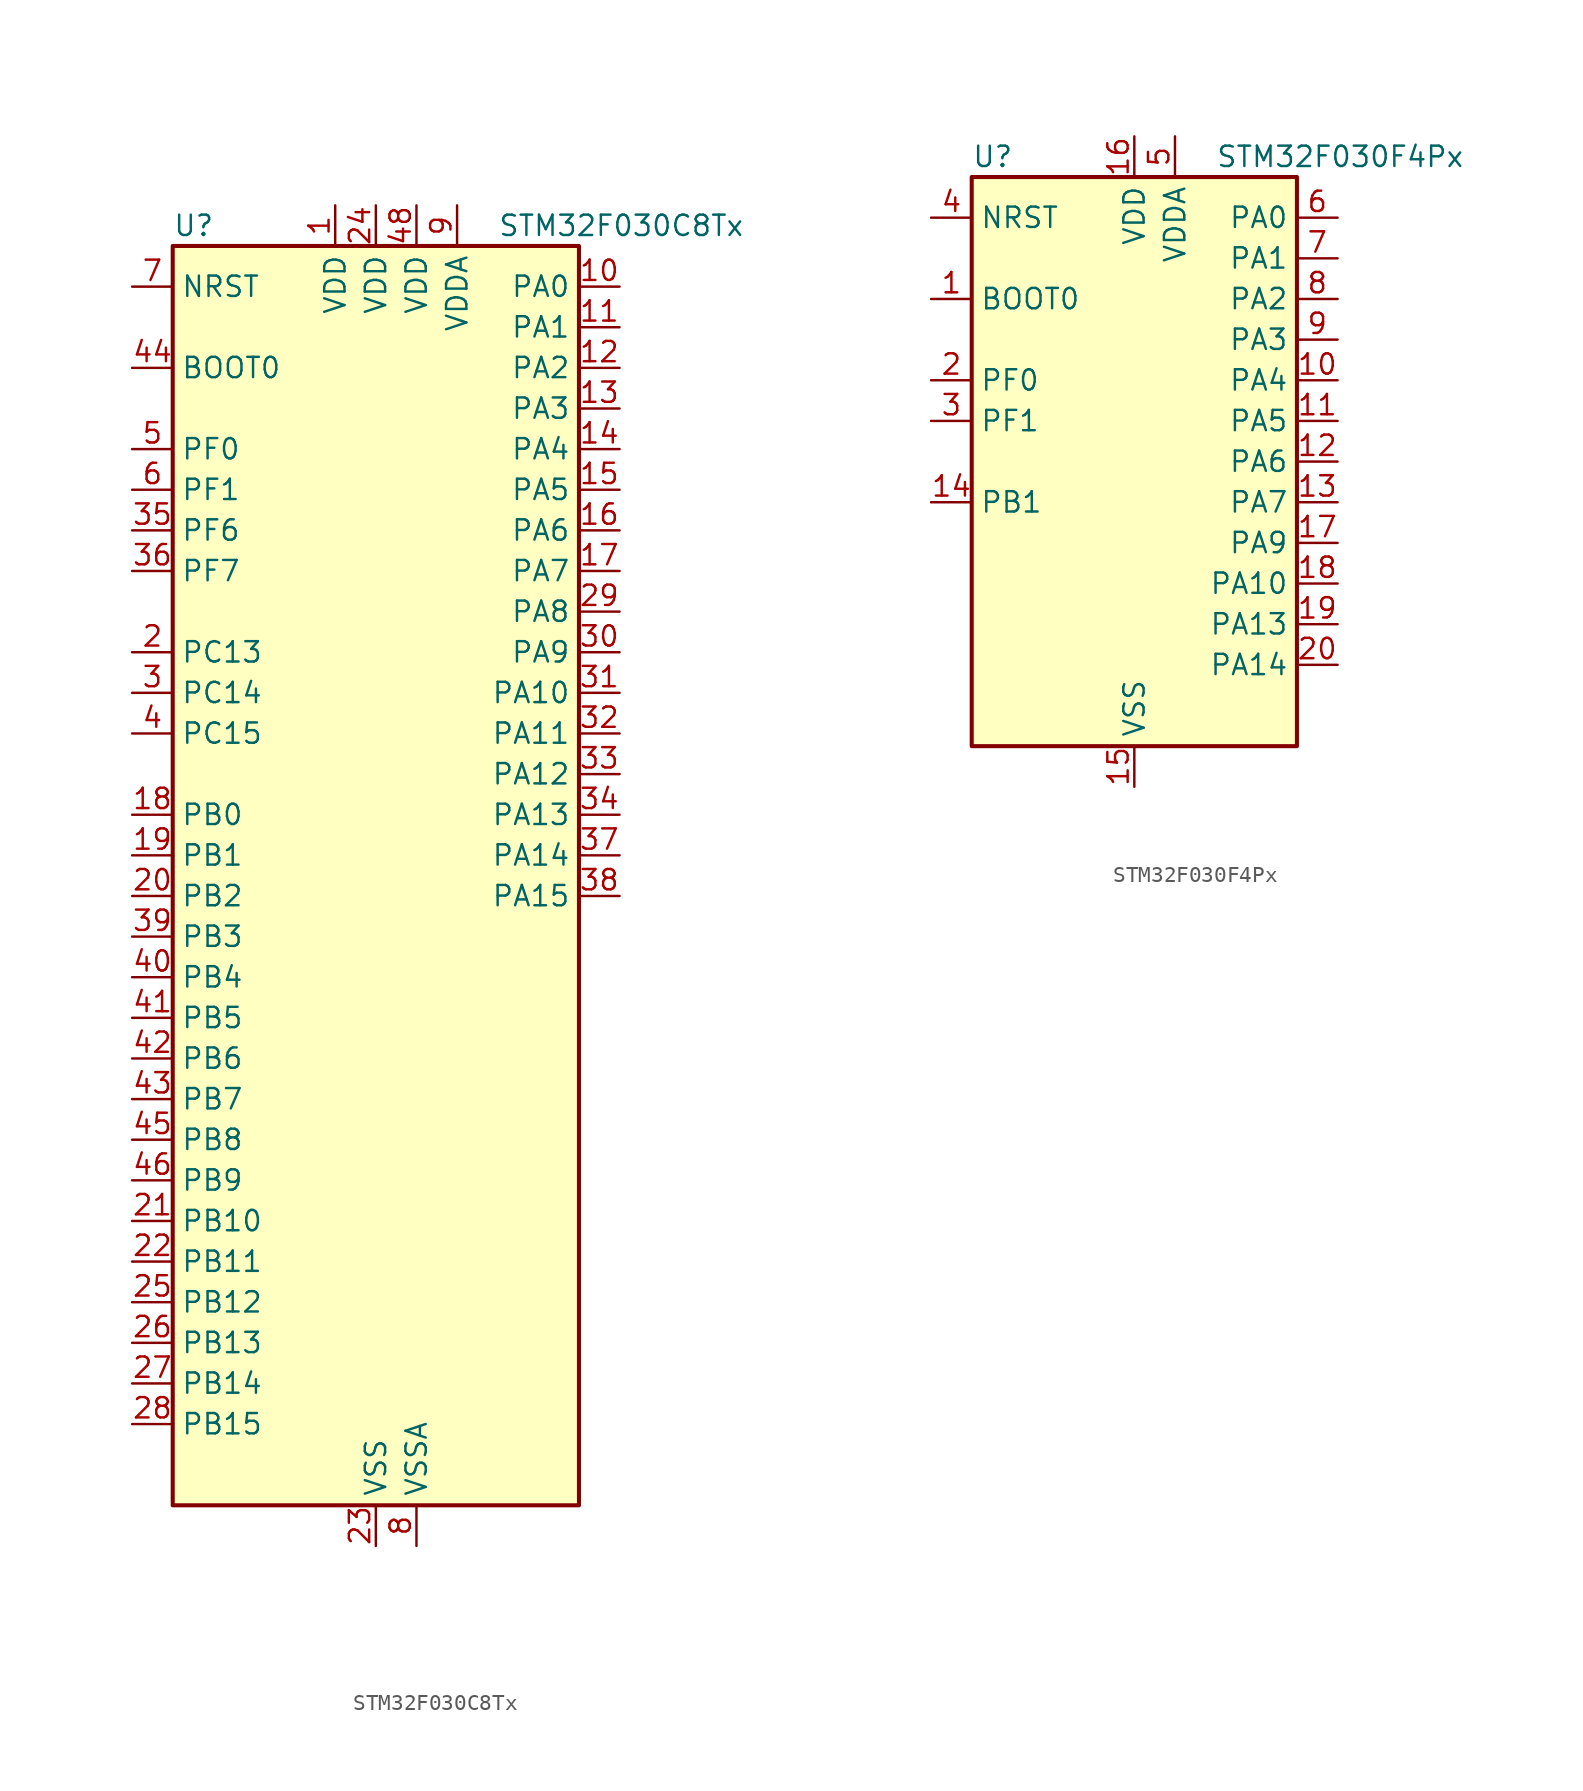
<source format=kicad_sym>
(kicad_symbol_lib
  (version 20220914)
  (generator kicad_symbol_editor)
  (symbol "STM32F030C8Tx"
    (property "Reference" "U"
      (at -12.7 41.91 0)
      (effects (font (size 1.27 1.27)) (justify left)))
    (property "Value" "STM32F030C8Tx"
      (at 7.62 41.91 0)
      (effects (font (size 1.27 1.27)) (justify left)))
    (property "ki_locked" ""
      (at 0 0 0)
      (effects (font (size 1.27 1.27))))
    (symbol "STM32F030C8Tx_0_1"
      (rectangle (start -12.7 -38.1) (end 12.7 40.64) (stroke (width 0.254) (type default)) (fill (type background))))
    (symbol "STM32F030C8Tx_1_1"
      (pin power_in line (at -2.54 43.18 270) (length 2.54) (name "VDD" (effects (font (size 1.27 1.27)))) (number "1" (effects (font (size 1.27 1.27)))))
      (pin bidirectional line (at 15.24 38.1 180) (length 2.54) (name "PA0" (effects (font (size 1.27 1.27)))) (number "10" (effects (font (size 1.27 1.27)))) (alternate "ADC_IN0" bidirectional line) (alternate "RTC_TAMP2" bidirectional line) (alternate "SYS_WKUP1" bidirectional line) (alternate "USART2_CTS" bidirectional line))
      (pin bidirectional line (at 15.24 35.56 180) (length 2.54) (name "PA1" (effects (font (size 1.27 1.27)))) (number "11" (effects (font (size 1.27 1.27)))) (alternate "ADC_IN1" bidirectional line) (alternate "USART2_DE" bidirectional line) (alternate "USART2_RTS" bidirectional line))
      (pin bidirectional line (at 15.24 33.02 180) (length 2.54) (name "PA2" (effects (font (size 1.27 1.27)))) (number "12" (effects (font (size 1.27 1.27)))) (alternate "ADC_IN2" bidirectional line) (alternate "TIM15_CH1" bidirectional line) (alternate "USART2_TX" bidirectional line))
      (pin bidirectional line (at 15.24 30.48 180) (length 2.54) (name "PA3" (effects (font (size 1.27 1.27)))) (number "13" (effects (font (size 1.27 1.27)))) (alternate "ADC_IN3" bidirectional line) (alternate "TIM15_CH2" bidirectional line) (alternate "USART2_RX" bidirectional line))
      (pin bidirectional line (at 15.24 27.94 180) (length 2.54) (name "PA4" (effects (font (size 1.27 1.27)))) (number "14" (effects (font (size 1.27 1.27)))) (alternate "ADC_IN4" bidirectional line) (alternate "SPI1_NSS" bidirectional line) (alternate "TIM14_CH1" bidirectional line) (alternate "USART2_CK" bidirectional line))
      (pin bidirectional line (at 15.24 25.4 180) (length 2.54) (name "PA5" (effects (font (size 1.27 1.27)))) (number "15" (effects (font (size 1.27 1.27)))) (alternate "ADC_IN5" bidirectional line) (alternate "SPI1_SCK" bidirectional line))
      (pin bidirectional line (at 15.24 22.86 180) (length 2.54) (name "PA6" (effects (font (size 1.27 1.27)))) (number "16" (effects (font (size 1.27 1.27)))) (alternate "ADC_IN6" bidirectional line) (alternate "SPI1_MISO" bidirectional line) (alternate "TIM16_CH1" bidirectional line) (alternate "TIM1_BKIN" bidirectional line) (alternate "TIM3_CH1" bidirectional line))
      (pin bidirectional line (at 15.24 20.32 180) (length 2.54) (name "PA7" (effects (font (size 1.27 1.27)))) (number "17" (effects (font (size 1.27 1.27)))) (alternate "ADC_IN7" bidirectional line) (alternate "SPI1_MOSI" bidirectional line) (alternate "TIM14_CH1" bidirectional line) (alternate "TIM17_CH1" bidirectional line) (alternate "TIM1_CH1N" bidirectional line) (alternate "TIM3_CH2" bidirectional line))
      (pin bidirectional line (at -15.24 5.08 0) (length 2.54) (name "PB0" (effects (font (size 1.27 1.27)))) (number "18" (effects (font (size 1.27 1.27)))) (alternate "ADC_IN8" bidirectional line) (alternate "TIM1_CH2N" bidirectional line) (alternate "TIM3_CH3" bidirectional line))
      (pin bidirectional line (at -15.24 2.54 0) (length 2.54) (name "PB1" (effects (font (size 1.27 1.27)))) (number "19" (effects (font (size 1.27 1.27)))) (alternate "ADC_IN9" bidirectional line) (alternate "TIM14_CH1" bidirectional line) (alternate "TIM1_CH3N" bidirectional line) (alternate "TIM3_CH4" bidirectional line))
      (pin bidirectional line (at -15.24 15.24 0) (length 2.54) (name "PC13" (effects (font (size 1.27 1.27)))) (number "2" (effects (font (size 1.27 1.27)))) (alternate "RTC_OUT_ALARM" bidirectional line) (alternate "RTC_OUT_CALIB" bidirectional line) (alternate "RTC_TAMP1" bidirectional line) (alternate "RTC_TS" bidirectional line) (alternate "SYS_WKUP2" bidirectional line))
      (pin bidirectional line (at -15.24 0 0) (length 2.54) (name "PB2" (effects (font (size 1.27 1.27)))) (number "20" (effects (font (size 1.27 1.27)))))
      (pin bidirectional line (at -15.24 -20.32 0) (length 2.54) (name "PB10" (effects (font (size 1.27 1.27)))) (number "21" (effects (font (size 1.27 1.27)))) (alternate "I2C2_SCL" bidirectional line))
      (pin bidirectional line (at -15.24 -22.86 0) (length 2.54) (name "PB11" (effects (font (size 1.27 1.27)))) (number "22" (effects (font (size 1.27 1.27)))) (alternate "I2C2_SDA" bidirectional line))
      (pin power_in line (at 0 -40.64 90) (length 2.54) (name "VSS" (effects (font (size 1.27 1.27)))) (number "23" (effects (font (size 1.27 1.27)))))
      (pin power_in line (at 0 43.18 270) (length 2.54) (name "VDD" (effects (font (size 1.27 1.27)))) (number "24" (effects (font (size 1.27 1.27)))))
      (pin bidirectional line (at -15.24 -25.4 0) (length 2.54) (name "PB12" (effects (font (size 1.27 1.27)))) (number "25" (effects (font (size 1.27 1.27)))) (alternate "SPI2_NSS" bidirectional line) (alternate "TIM1_BKIN" bidirectional line))
      (pin bidirectional line (at -15.24 -27.94 0) (length 2.54) (name "PB13" (effects (font (size 1.27 1.27)))) (number "26" (effects (font (size 1.27 1.27)))) (alternate "SPI2_SCK" bidirectional line) (alternate "TIM1_CH1N" bidirectional line))
      (pin bidirectional line (at -15.24 -30.48 0) (length 2.54) (name "PB14" (effects (font (size 1.27 1.27)))) (number "27" (effects (font (size 1.27 1.27)))) (alternate "SPI2_MISO" bidirectional line) (alternate "TIM15_CH1" bidirectional line) (alternate "TIM1_CH2N" bidirectional line))
      (pin bidirectional line (at -15.24 -33.02 0) (length 2.54) (name "PB15" (effects (font (size 1.27 1.27)))) (number "28" (effects (font (size 1.27 1.27)))) (alternate "RTC_REFIN" bidirectional line) (alternate "SPI2_MOSI" bidirectional line) (alternate "TIM15_CH1N" bidirectional line) (alternate "TIM15_CH2" bidirectional line) (alternate "TIM1_CH3N" bidirectional line))
      (pin bidirectional line (at 15.24 17.78 180) (length 2.54) (name "PA8" (effects (font (size 1.27 1.27)))) (number "29" (effects (font (size 1.27 1.27)))) (alternate "RCC_MCO" bidirectional line) (alternate "TIM1_CH1" bidirectional line) (alternate "USART1_CK" bidirectional line))
      (pin bidirectional line (at -15.24 12.7 0) (length 2.54) (name "PC14" (effects (font (size 1.27 1.27)))) (number "3" (effects (font (size 1.27 1.27)))) (alternate "RCC_OSC32_IN" bidirectional line))
      (pin bidirectional line (at 15.24 15.24 180) (length 2.54) (name "PA9" (effects (font (size 1.27 1.27)))) (number "30" (effects (font (size 1.27 1.27)))) (alternate "TIM15_BKIN" bidirectional line) (alternate "TIM1_CH2" bidirectional line) (alternate "USART1_TX" bidirectional line))
      (pin bidirectional line (at 15.24 12.7 180) (length 2.54) (name "PA10" (effects (font (size 1.27 1.27)))) (number "31" (effects (font (size 1.27 1.27)))) (alternate "TIM17_BKIN" bidirectional line) (alternate "TIM1_CH3" bidirectional line) (alternate "USART1_RX" bidirectional line))
      (pin bidirectional line (at 15.24 10.16 180) (length 2.54) (name "PA11" (effects (font (size 1.27 1.27)))) (number "32" (effects (font (size 1.27 1.27)))) (alternate "TIM1_CH4" bidirectional line) (alternate "USART1_CTS" bidirectional line))
      (pin bidirectional line (at 15.24 7.62 180) (length 2.54) (name "PA12" (effects (font (size 1.27 1.27)))) (number "33" (effects (font (size 1.27 1.27)))) (alternate "TIM1_ETR" bidirectional line) (alternate "USART1_DE" bidirectional line) (alternate "USART1_RTS" bidirectional line))
      (pin bidirectional line (at 15.24 5.08 180) (length 2.54) (name "PA13" (effects (font (size 1.27 1.27)))) (number "34" (effects (font (size 1.27 1.27)))) (alternate "IR_OUT" bidirectional line) (alternate "SYS_SWDIO" bidirectional line))
      (pin bidirectional line (at -15.24 22.86 0) (length 2.54) (name "PF6" (effects (font (size 1.27 1.27)))) (number "35" (effects (font (size 1.27 1.27)))) (alternate "I2C2_SCL" bidirectional line))
      (pin bidirectional line (at -15.24 20.32 0) (length 2.54) (name "PF7" (effects (font (size 1.27 1.27)))) (number "36" (effects (font (size 1.27 1.27)))) (alternate "I2C2_SDA" bidirectional line))
      (pin bidirectional line (at 15.24 2.54 180) (length 2.54) (name "PA14" (effects (font (size 1.27 1.27)))) (number "37" (effects (font (size 1.27 1.27)))) (alternate "SYS_SWCLK" bidirectional line) (alternate "USART2_TX" bidirectional line))
      (pin bidirectional line (at 15.24 0 180) (length 2.54) (name "PA15" (effects (font (size 1.27 1.27)))) (number "38" (effects (font (size 1.27 1.27)))) (alternate "SPI1_NSS" bidirectional line) (alternate "USART2_RX" bidirectional line))
      (pin bidirectional line (at -15.24 -2.54 0) (length 2.54) (name "PB3" (effects (font (size 1.27 1.27)))) (number "39" (effects (font (size 1.27 1.27)))) (alternate "SPI1_SCK" bidirectional line))
      (pin bidirectional line (at -15.24 10.16 0) (length 2.54) (name "PC15" (effects (font (size 1.27 1.27)))) (number "4" (effects (font (size 1.27 1.27)))) (alternate "RCC_OSC32_OUT" bidirectional line))
      (pin bidirectional line (at -15.24 -5.08 0) (length 2.54) (name "PB4" (effects (font (size 1.27 1.27)))) (number "40" (effects (font (size 1.27 1.27)))) (alternate "SPI1_MISO" bidirectional line) (alternate "TIM3_CH1" bidirectional line))
      (pin bidirectional line (at -15.24 -7.62 0) (length 2.54) (name "PB5" (effects (font (size 1.27 1.27)))) (number "41" (effects (font (size 1.27 1.27)))) (alternate "I2C1_SMBA" bidirectional line) (alternate "SPI1_MOSI" bidirectional line) (alternate "TIM16_BKIN" bidirectional line) (alternate "TIM3_CH2" bidirectional line))
      (pin bidirectional line (at -15.24 -10.16 0) (length 2.54) (name "PB6" (effects (font (size 1.27 1.27)))) (number "42" (effects (font (size 1.27 1.27)))) (alternate "I2C1_SCL" bidirectional line) (alternate "TIM16_CH1N" bidirectional line) (alternate "USART1_TX" bidirectional line))
      (pin bidirectional line (at -15.24 -12.7 0) (length 2.54) (name "PB7" (effects (font (size 1.27 1.27)))) (number "43" (effects (font (size 1.27 1.27)))) (alternate "I2C1_SDA" bidirectional line) (alternate "TIM17_CH1N" bidirectional line) (alternate "USART1_RX" bidirectional line))
      (pin input line (at -15.24 33.02 0) (length 2.54) (name "BOOT0" (effects (font (size 1.27 1.27)))) (number "44" (effects (font (size 1.27 1.27)))))
      (pin bidirectional line (at -15.24 -15.24 0) (length 2.54) (name "PB8" (effects (font (size 1.27 1.27)))) (number "45" (effects (font (size 1.27 1.27)))) (alternate "I2C1_SCL" bidirectional line) (alternate "TIM16_CH1" bidirectional line))
      (pin bidirectional line (at -15.24 -17.78 0) (length 2.54) (name "PB9" (effects (font (size 1.27 1.27)))) (number "46" (effects (font (size 1.27 1.27)))) (alternate "I2C1_SDA" bidirectional line) (alternate "IR_OUT" bidirectional line) (alternate "TIM17_CH1" bidirectional line))
      (pin passive line (at 0 -40.64 90) (length 2.54) hide (name "VSS" (effects (font (size 1.27 1.27)))) (number "47" (effects (font (size 1.27 1.27)))))
      (pin power_in line (at 2.54 43.18 270) (length 2.54) (name "VDD" (effects (font (size 1.27 1.27)))) (number "48" (effects (font (size 1.27 1.27)))))
      (pin bidirectional line (at -15.24 27.94 0) (length 2.54) (name "PF0" (effects (font (size 1.27 1.27)))) (number "5" (effects (font (size 1.27 1.27)))) (alternate "RCC_OSC_IN" bidirectional line))
      (pin bidirectional line (at -15.24 25.4 0) (length 2.54) (name "PF1" (effects (font (size 1.27 1.27)))) (number "6" (effects (font (size 1.27 1.27)))) (alternate "RCC_OSC_OUT" bidirectional line))
      (pin input line (at -15.24 38.1 0) (length 2.54) (name "NRST" (effects (font (size 1.27 1.27)))) (number "7" (effects (font (size 1.27 1.27)))))
      (pin power_in line (at 2.54 -40.64 90) (length 2.54) (name "VSSA" (effects (font (size 1.27 1.27)))) (number "8" (effects (font (size 1.27 1.27)))))
      (pin power_in line (at 5.08 43.18 270) (length 2.54) (name "VDDA" (effects (font (size 1.27 1.27)))) (number "9" (effects (font (size 1.27 1.27)))))))
  (symbol "STM32F030F4Px"
    (property "Reference" "U"
      (at -10.16 19.05 0)
      (effects (font (size 1.27 1.27)) (justify left)))
    (property "Value" "STM32F030F4Px"
      (at 5.08 19.05 0)
      (effects (font (size 1.27 1.27)) (justify left)))
    (property "ki_locked" ""
      (at 0 0 0)
      (effects (font (size 1.27 1.27))))
    (symbol "STM32F030F4Px_0_1"
      (rectangle (start -10.16 -17.78) (end 10.16 17.78) (stroke (width 0.254) (type default)) (fill (type background))))
    (symbol "STM32F030F4Px_1_1"
      (pin input line (at -12.7 10.16 0) (length 2.54) (name "BOOT0" (effects (font (size 1.27 1.27)))) (number "1" (effects (font (size 1.27 1.27)))))
      (pin bidirectional line (at 12.7 5.08 180) (length 2.54) (name "PA4" (effects (font (size 1.27 1.27)))) (number "10" (effects (font (size 1.27 1.27)))) (alternate "ADC_IN4" bidirectional line) (alternate "SPI1_NSS" bidirectional line) (alternate "TIM14_CH1" bidirectional line) (alternate "USART1_CK" bidirectional line))
      (pin bidirectional line (at 12.7 2.54 180) (length 2.54) (name "PA5" (effects (font (size 1.27 1.27)))) (number "11" (effects (font (size 1.27 1.27)))) (alternate "ADC_IN5" bidirectional line) (alternate "SPI1_SCK" bidirectional line))
      (pin bidirectional line (at 12.7 0 180) (length 2.54) (name "PA6" (effects (font (size 1.27 1.27)))) (number "12" (effects (font (size 1.27 1.27)))) (alternate "ADC_IN6" bidirectional line) (alternate "SPI1_MISO" bidirectional line) (alternate "TIM16_CH1" bidirectional line) (alternate "TIM1_BKIN" bidirectional line) (alternate "TIM3_CH1" bidirectional line))
      (pin bidirectional line (at 12.7 -2.54 180) (length 2.54) (name "PA7" (effects (font (size 1.27 1.27)))) (number "13" (effects (font (size 1.27 1.27)))) (alternate "ADC_IN7" bidirectional line) (alternate "SPI1_MOSI" bidirectional line) (alternate "TIM14_CH1" bidirectional line) (alternate "TIM17_CH1" bidirectional line) (alternate "TIM1_CH1N" bidirectional line) (alternate "TIM3_CH2" bidirectional line))
      (pin bidirectional line (at -12.7 -2.54 0) (length 2.54) (name "PB1" (effects (font (size 1.27 1.27)))) (number "14" (effects (font (size 1.27 1.27)))) (alternate "ADC_IN9" bidirectional line) (alternate "TIM14_CH1" bidirectional line) (alternate "TIM1_CH3N" bidirectional line) (alternate "TIM3_CH4" bidirectional line))
      (pin power_in line (at 0 -20.32 90) (length 2.54) (name "VSS" (effects (font (size 1.27 1.27)))) (number "15" (effects (font (size 1.27 1.27)))))
      (pin power_in line (at 0 20.32 270) (length 2.54) (name "VDD" (effects (font (size 1.27 1.27)))) (number "16" (effects (font (size 1.27 1.27)))))
      (pin bidirectional line (at 12.7 -5.08 180) (length 2.54) (name "PA9" (effects (font (size 1.27 1.27)))) (number "17" (effects (font (size 1.27 1.27)))) (alternate "I2C1_SCL" bidirectional line) (alternate "TIM1_CH2" bidirectional line) (alternate "USART1_TX" bidirectional line))
      (pin bidirectional line (at 12.7 -7.62 180) (length 2.54) (name "PA10" (effects (font (size 1.27 1.27)))) (number "18" (effects (font (size 1.27 1.27)))) (alternate "I2C1_SDA" bidirectional line) (alternate "TIM17_BKIN" bidirectional line) (alternate "TIM1_CH3" bidirectional line) (alternate "USART1_RX" bidirectional line))
      (pin bidirectional line (at 12.7 -10.16 180) (length 2.54) (name "PA13" (effects (font (size 1.27 1.27)))) (number "19" (effects (font (size 1.27 1.27)))) (alternate "IR_OUT" bidirectional line) (alternate "SYS_SWDIO" bidirectional line))
      (pin bidirectional line (at -12.7 5.08 0) (length 2.54) (name "PF0" (effects (font (size 1.27 1.27)))) (number "2" (effects (font (size 1.27 1.27)))) (alternate "RCC_OSC_IN" bidirectional line))
      (pin bidirectional line (at 12.7 -12.7 180) (length 2.54) (name "PA14" (effects (font (size 1.27 1.27)))) (number "20" (effects (font (size 1.27 1.27)))) (alternate "SYS_SWCLK" bidirectional line) (alternate "USART1_TX" bidirectional line))
      (pin bidirectional line (at -12.7 2.54 0) (length 2.54) (name "PF1" (effects (font (size 1.27 1.27)))) (number "3" (effects (font (size 1.27 1.27)))) (alternate "RCC_OSC_OUT" bidirectional line))
      (pin input line (at -12.7 15.24 0) (length 2.54) (name "NRST" (effects (font (size 1.27 1.27)))) (number "4" (effects (font (size 1.27 1.27)))))
      (pin power_in line (at 2.54 20.32 270) (length 2.54) (name "VDDA" (effects (font (size 1.27 1.27)))) (number "5" (effects (font (size 1.27 1.27)))))
      (pin bidirectional line (at 12.7 15.24 180) (length 2.54) (name "PA0" (effects (font (size 1.27 1.27)))) (number "6" (effects (font (size 1.27 1.27)))) (alternate "ADC_IN0" bidirectional line) (alternate "RTC_TAMP2" bidirectional line) (alternate "SYS_WKUP1" bidirectional line) (alternate "USART1_CTS" bidirectional line))
      (pin bidirectional line (at 12.7 12.7 180) (length 2.54) (name "PA1" (effects (font (size 1.27 1.27)))) (number "7" (effects (font (size 1.27 1.27)))) (alternate "ADC_IN1" bidirectional line) (alternate "USART1_DE" bidirectional line) (alternate "USART1_RTS" bidirectional line))
      (pin bidirectional line (at 12.7 10.16 180) (length 2.54) (name "PA2" (effects (font (size 1.27 1.27)))) (number "8" (effects (font (size 1.27 1.27)))) (alternate "ADC_IN2" bidirectional line) (alternate "USART1_TX" bidirectional line))
      (pin bidirectional line (at 12.7 7.62 180) (length 2.54) (name "PA3" (effects (font (size 1.27 1.27)))) (number "9" (effects (font (size 1.27 1.27)))) (alternate "ADC_IN3" bidirectional line) (alternate "USART1_RX" bidirectional line)))))
</source>
